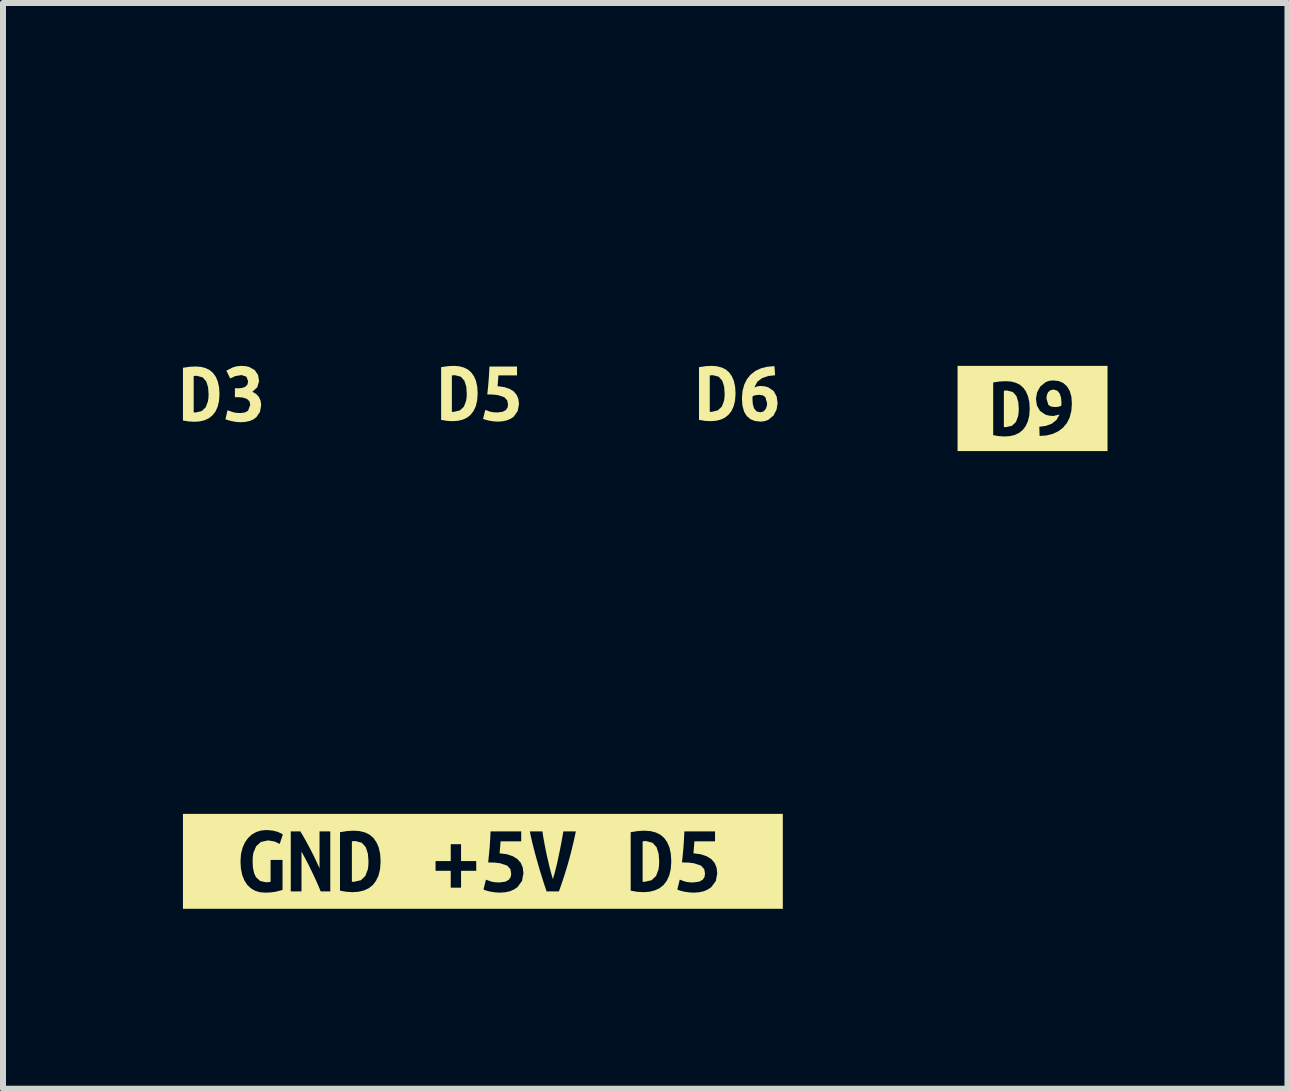
<source format=kicad_pcb>
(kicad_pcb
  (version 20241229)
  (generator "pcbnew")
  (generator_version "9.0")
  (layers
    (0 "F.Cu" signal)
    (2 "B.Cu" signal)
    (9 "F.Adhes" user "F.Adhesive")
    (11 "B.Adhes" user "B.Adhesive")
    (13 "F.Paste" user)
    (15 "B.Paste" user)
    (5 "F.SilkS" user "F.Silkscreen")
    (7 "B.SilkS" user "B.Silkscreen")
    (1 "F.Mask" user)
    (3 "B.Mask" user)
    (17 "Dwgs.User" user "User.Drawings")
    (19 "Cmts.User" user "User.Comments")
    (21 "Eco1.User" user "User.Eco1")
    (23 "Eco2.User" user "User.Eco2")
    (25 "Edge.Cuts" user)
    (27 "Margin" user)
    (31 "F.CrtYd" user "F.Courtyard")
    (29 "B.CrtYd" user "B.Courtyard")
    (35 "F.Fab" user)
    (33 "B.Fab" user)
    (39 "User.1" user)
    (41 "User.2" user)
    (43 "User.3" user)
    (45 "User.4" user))
  (footprint "kibuzzard-688B1C9E"
    (layer "F.Cu")
    (at 5 11.309)
    (property "Reference" "kibuzzard-688B1C9E" (at 0 -3.839 0) (layer "F.SilkS") (effects (font (size 0.001 0.001) (thickness 0.15))))
    (attr board_only exclude_from_pos_files exclude_from_bom)
    (fp_poly (pts (xy -2.184 0.339) (xy -2.166 0.341) (xy -2.148 0.341) (xy -2.034 0.315) (xy -1.96 0.244) (xy -1.919 0.137) (xy -1.91 0.071) (xy -1.907 0) (xy -1.917 -0.126) (xy -1.951 -0.234) (xy -2.017 -0.309) (xy -2.125 -0.338) (xy -2.154 -0.337) (xy -2.184 -0.333) (xy -2.184 0.339)) (stroke (width 0) (type solid)) (fill yes) (layer "F.SilkS"))
    (fp_poly (pts (xy 2.663 0.339) (xy 2.681 0.341) (xy 2.699 0.341) (xy 2.812 0.315) (xy 2.887 0.244) (xy 2.927 0.137) (xy 2.936 0.071) (xy 2.939 0) (xy 2.93 -0.126) (xy 2.896 -0.234) (xy 2.829 -0.309) (xy 2.721 -0.338) (xy 2.692 -0.337) (xy 2.663 -0.333) (xy 2.663 0.339)) (stroke (width 0) (type solid)) (fill yes) (layer "F.SilkS"))
    (fp_poly (pts (xy -5 -0.791) (xy -5 -0.791) (xy -5 0.791) (xy -5 0.791) (xy -3.633 0.791) (xy -3.633 0.522) (xy -3.722 0.514) (xy -3.801 0.489) (xy -3.871 0.447) (xy -3.93 0.39) (xy -3.977 0.317) (xy -4.012 0.227) (xy -4.034 0.121) (xy -4.041 0) (xy -4.033 -0.12) (xy -4.007 -0.225) (xy -3.967 -0.315) (xy -3.915 -0.389) (xy -3.852 -0.447) (xy -3.778 -0.489) (xy -3.696 -0.514) (xy -3.608 -0.522) (xy -3.504 -0.513) (xy -3.424 -0.493) (xy -3.369 -0.468) (xy -3.335 -0.449) (xy -3.387 -0.291) (xy -3.474 -0.331) (xy -3.581 -0.349) (xy -3.701 -0.323) (xy -3.78 -0.251) (xy -3.826 -0.141) (xy -3.836 -0.074) (xy -3.839 0) (xy -3.833 0.109) (xy -3.814 0.197) (xy -3.783 0.264) (xy -3.713 0.328) (xy -3.617 0.349) (xy -3.578 0.347) (xy -3.539 0.342) (xy -3.539 -0.023) (xy -3.34 -0.023) (xy -3.34 0.477) (xy -3.451 0.506) (xy -3.534 0.518) (xy -3.633 0.522) (xy -3.633 0.791) (xy -2.704 0.791) (xy -2.704 0.501) (xy -2.75 0.39) (xy -2.8 0.279) (xy -2.852 0.169) (xy -2.906 0.058) (xy -2.964 -0.052) (xy -3.024 -0.163) (xy -3.024 0.501) (xy -3.203 0.501) (xy -3.203 -0.499) (xy -3.043 -0.499) (xy -2.998 -0.425) (xy -2.953 -0.345) (xy -2.908 -0.262) (xy -2.864 -0.179) (xy -2.823 -0.098) (xy -2.785 -0.019) (xy -2.752 0.053) (xy -2.723 0.116) (xy -2.723 -0.499) (xy -2.544 -0.499) (xy -2.544 0.501) (xy -2.704 0.501) (xy -2.704 0.791) (xy -2.169 0.791) (xy -2.169 0.514) (xy -2.273 0.508) (xy -2.382 0.489) (xy -2.382 -0.486) (xy -2.255 -0.506) (xy -2.143 -0.511) (xy -2.049 -0.503) (xy -1.963 -0.481) (xy -1.888 -0.444) (xy -1.825 -0.39) (xy -1.775 -0.319) (xy -1.737 -0.232) (xy -1.713 -0.126) (xy -1.705 0) (xy -1.714 0.129) (xy -1.74 0.237) (xy -1.782 0.325) (xy -1.836 0.396) (xy -1.903 0.449) (xy -1.982 0.485) (xy -2.071 0.507) (xy -2.169 0.514) (xy -2.169 0.791) (xy -0.364 0.791) (xy -0.364 0.439) (xy -0.536 0.439) (xy -0.536 0.158) (xy -0.789 0.158) (xy -0.789 -0.005) (xy -0.536 -0.005) (xy -0.536 -0.286) (xy -0.364 -0.286) (xy -0.364 -0.005) (xy -0.111 -0.005) (xy -0.111 0.158) (xy -0.364 0.158) (xy -0.364 0.439) (xy -0.364 0.791) (xy 0.28 0.791) (xy 0.28 0.522) (xy 0.201 0.517) (xy 0.123 0.505) (xy 0.056 0.488) (xy 0.01 0.47) (xy 0.051 0.305) (xy 0.141 0.338) (xy 0.203 0.349) (xy 0.278 0.352) (xy 0.375 0.339) (xy 0.434 0.306) (xy 0.464 0.26) (xy 0.472 0.207) (xy 0.459 0.13) (xy 0.404 0.07) (xy 0.287 0.032) (xy 0.199 0.021) (xy 0.088 0.018) (xy 0.102 -0.117) (xy 0.114 -0.248) (xy 0.122 -0.376) (xy 0.128 -0.499) (xy 0.639 -0.499) (xy 0.639 -0.334) (xy 0.295 -0.334) (xy 0.287 -0.226) (xy 0.278 -0.134) (xy 0.401 -0.118) (xy 0.5 -0.085) (xy 0.577 -0.037) (xy 0.632 0.026) (xy 0.665 0.105) (xy 0.676 0.199) (xy 0.652 0.327) (xy 0.577 0.43) (xy 0.521 0.468) (xy 0.453 0.498) (xy 0.373 0.516) (xy 0.28 0.522) (xy 0.28 0.791) (xy 1.062 0.791) (xy 1.062 0.501) (xy 1.022 0.382) (xy 0.98 0.249) (xy 0.951 0.155) (xy 0.924 0.062) (xy 0.897 -0.032) (xy 0.872 -0.123) (xy 0.849 -0.211) (xy 0.828 -0.296) (xy 0.801 -0.409) (xy 0.783 -0.499) (xy 0.993 -0.499) (xy 1.005 -0.415) (xy 1.022 -0.319) (xy 1.042 -0.215) (xy 1.064 -0.107) (xy 1.089 0.001) (xy 1.114 0.107) (xy 1.141 0.208) (xy 1.167 0.297) (xy 1.193 0.209) (xy 1.219 0.109) (xy 1.244 0.002) (xy 1.267 -0.106) (xy 1.289 -0.213) (xy 1.309 -0.318) (xy 1.327 -0.415) (xy 1.341 -0.499) (xy 1.55 -0.499) (xy 1.528 -0.397) (xy 1.502 -0.283) (xy 1.472 -0.16) (xy 1.438 -0.032) (xy 1.413 0.057) (xy 1.386 0.146) (xy 1.358 0.237) (xy 1.328 0.327) (xy 1.298 0.415) (xy 1.267 0.501) (xy 1.062 0.501) (xy 1.062 0.791) (xy 2.678 0.791) (xy 2.678 0.514) (xy 2.573 0.508) (xy 2.464 0.489) (xy 2.464 -0.486) (xy 2.592 -0.506) (xy 2.703 -0.511) (xy 2.798 -0.503) (xy 2.883 -0.481) (xy 2.959 -0.444) (xy 3.022 -0.39) (xy 3.072 -0.319) (xy 3.11 -0.232) (xy 3.133 -0.126) (xy 3.141 0) (xy 3.132 0.129) (xy 3.106 0.237) (xy 3.065 0.325) (xy 3.01 0.396) (xy 2.943 0.449) (xy 2.864 0.485) (xy 2.775 0.507) (xy 2.678 0.514) (xy 2.678 0.791) (xy 3.511 0.791) (xy 3.511 0.522) (xy 3.432 0.517) (xy 3.354 0.505) (xy 3.287 0.488) (xy 3.241 0.47) (xy 3.282 0.305) (xy 3.372 0.338) (xy 3.434 0.349) (xy 3.509 0.352) (xy 3.606 0.339) (xy 3.665 0.306) (xy 3.695 0.26) (xy 3.703 0.207) (xy 3.69 0.13) (xy 3.635 0.07) (xy 3.518 0.032) (xy 3.43 0.021) (xy 3.319 0.018) (xy 3.333 -0.117) (xy 3.345 -0.248) (xy 3.353 -0.376) (xy 3.359 -0.499) (xy 3.87 -0.499) (xy 3.87 -0.334) (xy 3.526 -0.334) (xy 3.518 -0.226) (xy 3.509 -0.134) (xy 3.632 -0.118) (xy 3.731 -0.085) (xy 3.808 -0.037) (xy 3.863 0.026) (xy 3.896 0.105) (xy 3.907 0.199) (xy 3.883 0.327) (xy 3.808 0.43) (xy 3.752 0.468) (xy 3.684 0.498) (xy 3.604 0.516) (xy 3.511 0.522) (xy 3.511 0.791) (xy 4.865 0.791) (xy 5 0.791) (xy 5 -0.791) (xy 4.865 -0.791) (xy -5 -0.791)) (stroke (width 0) (type solid)) (fill yes) (layer "F.SilkS")))
  (footprint "kibuzzard-688B0CB0"
    (layer "F.Cu")
    (at 14.163 3.759)
    (property "Reference" "kibuzzard-688B0CB0" (at 0 -3.758 0) (layer "F.SilkS") (effects (font (size 0.001 0.001) (thickness 0.15))))
    (attr board_only exclude_from_pos_files exclude_from_bom)
    (fp_poly (pts (xy -0.478 0.31) (xy -0.462 0.312) (xy -0.446 0.312) (xy -0.343 0.289) (xy -0.276 0.225) (xy -0.24 0.128) (xy -0.232 0.069) (xy -0.229 0.005) (xy -0.238 -0.108) (xy -0.268 -0.206) (xy -0.328 -0.273) (xy -0.425 -0.299) (xy -0.451 -0.298) (xy -0.478 -0.294) (xy -0.478 0.31)) (stroke (width 0) (type solid)) (fill yes) (layer "F.SilkS"))
    (fp_poly (pts (xy 0.371 -0.023) (xy 0.43 -0.028) (xy 0.479 -0.044) (xy 0.481 -0.073) (xy 0.482 -0.105) (xy 0.475 -0.179) (xy 0.454 -0.246) (xy 0.413 -0.296) (xy 0.35 -0.315) (xy 0.295 -0.302) (xy 0.259 -0.27) (xy 0.238 -0.222) (xy 0.232 -0.164) (xy 0.264 -0.059) (xy 0.307 -0.032) (xy 0.371 -0.023)) (stroke (width 0) (type solid)) (fill yes) (layer "F.SilkS"))
    (fp_poly (pts (xy -1.25 -0.71) (xy -1.25 -0.71) (xy -1.25 0.71) (xy -1.25 0.71) (xy -0.465 0.71) (xy -0.465 0.467) (xy -0.558 0.462) (xy -0.656 0.446) (xy -0.656 -0.433) (xy -0.542 -0.45) (xy -0.441 -0.454) (xy -0.356 -0.448) (xy -0.279 -0.428) (xy -0.211 -0.395) (xy -0.155 -0.346) (xy -0.11 -0.282) (xy -0.076 -0.204) (xy -0.054 -0.108) (xy -0.047 0.005) (xy -0.055 0.121) (xy -0.079 0.218) (xy -0.116 0.298) (xy -0.165 0.361) (xy -0.226 0.409) (xy -0.297 0.442) (xy -0.377 0.461) (xy -0.465 0.467) (xy -0.465 0.71) (xy 0.118 0.71) (xy 0.118 0.459) (xy 0.113 0.305) (xy 0.223 0.291) (xy 0.321 0.254) (xy 0.399 0.192) (xy 0.45 0.101) (xy 0.348 0.126) (xy 0.276 0.12) (xy 0.214 0.103) (xy 0.124 0.041) (xy 0.073 -0.049) (xy 0.057 -0.161) (xy 0.076 -0.268) (xy 0.129 -0.366) (xy 0.219 -0.439) (xy 0.277 -0.46) (xy 0.345 -0.467) (xy 0.438 -0.456) (xy 0.515 -0.422) (xy 0.576 -0.366) (xy 0.621 -0.289) (xy 0.648 -0.194) (xy 0.656 -0.082) (xy 0.647 0.041) (xy 0.619 0.15) (xy 0.573 0.243) (xy 0.51 0.319) (xy 0.433 0.379) (xy 0.34 0.423) (xy 0.235 0.45) (xy 0.118 0.459) (xy 0.118 0.71) (xy 1.25 0.71) (xy 1.25 0.71) (xy 1.25 -0.71) (xy 1.25 -0.71) (xy -1.25 -0.71)) (stroke (width 0) (type solid)) (fill yes) (layer "F.SilkS")))
  (footprint "kibuzzard-688B0B86"
    (layer "F.Cu")
    (at 9.258 3.514)
    (property "Reference" "kibuzzard-688B0B86" (at 0 -3.513 0) (layer "F.SilkS") (effects (font (size 0.001 0.001) (thickness 0.15))))
    (attr board_only exclude_from_pos_files exclude_from_bom)
    (fp_poly (pts (xy -0.046 -0.005) (xy -0.054 0.111) (xy -0.077 0.208) (xy -0.114 0.288) (xy -0.164 0.351) (xy -0.224 0.399) (xy -0.295 0.432) (xy -0.375 0.451) (xy -0.46 0.457) (xy -0.46 0.302) (xy -0.444 0.302) (xy -0.342 0.278) (xy -0.275 0.214) (xy -0.238 0.118) (xy -0.23 0.059) (xy -0.228 -0.005) (xy -0.236 -0.118) (xy -0.267 -0.216) (xy -0.326 -0.284) (xy -0.424 -0.309) (xy -0.45 -0.308) (xy -0.476 -0.305) (xy -0.476 0.3) (xy -0.46 0.302) (xy -0.46 0.457) (xy -0.463 0.457) (xy -0.557 0.452) (xy -0.655 0.435) (xy -0.655 -0.443) (xy -0.54 -0.46) (xy -0.44 -0.465) (xy -0.355 -0.458) (xy -0.278 -0.438) (xy -0.21 -0.405) (xy -0.153 -0.356) (xy -0.108 -0.293) (xy -0.074 -0.214) (xy -0.053 -0.118) (xy -0.046 -0.005)) (stroke (width 0) (type solid)) (fill yes) (layer "F.SilkS"))
    (fp_poly (pts (xy 0.367 -0.13) (xy 0.44 -0.124) (xy 0.5 -0.107) (xy 0.59 -0.044) (xy 0.64 0.047) (xy 0.655 0.158) (xy 0.638 0.264) (xy 0.587 0.363) (xy 0.498 0.436) (xy 0.439 0.457) (xy 0.37 0.465) (xy 0.366 0.464) (xy 0.366 0.31) (xy 0.418 0.296) (xy 0.454 0.26) (xy 0.474 0.212) (xy 0.481 0.161) (xy 0.45 0.055) (xy 0.408 0.027) (xy 0.344 0.018) (xy 0.287 0.024) (xy 0.239 0.04) (xy 0.237 0.066) (xy 0.236 0.094) (xy 0.242 0.174) (xy 0.262 0.244) (xy 0.302 0.292) (xy 0.366 0.31) (xy 0.366 0.464) (xy 0.277 0.454) (xy 0.2 0.423) (xy 0.14 0.371) (xy 0.096 0.297) (xy 0.069 0.199) (xy 0.06 0.078) (xy 0.07 -0.045) (xy 0.099 -0.153) (xy 0.146 -0.246) (xy 0.209 -0.322) (xy 0.287 -0.382) (xy 0.38 -0.425) (xy 0.486 -0.451) (xy 0.603 -0.46) (xy 0.613 -0.308) (xy 0.499 -0.296) (xy 0.398 -0.262) (xy 0.317 -0.2) (xy 0.267 -0.105) (xy 0.321 -0.124) (xy 0.367 -0.13)) (stroke (width 0) (type solid)) (fill yes) (layer "F.SilkS")))
  (footprint "kibuzzard-688B0B80"
    (layer "F.Cu")
    (at 4.953 3.514)
    (property "Reference" "kibuzzard-688B0B80" (at 0 -3.513 0) (layer "F.SilkS") (effects (font (size 0.001 0.001) (thickness 0.15))))
    (attr board_only exclude_from_pos_files exclude_from_bom)
    (fp_poly (pts (xy -0.04 -0.005) (xy -0.048 0.111) (xy -0.071 0.208) (xy -0.109 0.288) (xy -0.158 0.351) (xy -0.218 0.399) (xy -0.289 0.432) (xy -0.369 0.451) (xy -0.454 0.457) (xy -0.454 0.302) (xy -0.438 0.302) (xy -0.336 0.278) (xy -0.269 0.214) (xy -0.233 0.118) (xy -0.224 0.059) (xy -0.222 -0.005) (xy -0.23 -0.118) (xy -0.261 -0.216) (xy -0.321 -0.284) (xy -0.418 -0.309) (xy -0.444 -0.308) (xy -0.47 -0.305) (xy -0.47 0.3) (xy -0.454 0.302) (xy -0.454 0.457) (xy -0.457 0.457) (xy -0.551 0.452) (xy -0.649 0.435) (xy -0.649 -0.443) (xy -0.534 -0.46) (xy -0.434 -0.465) (xy -0.349 -0.458) (xy -0.272 -0.438) (xy -0.204 -0.405) (xy -0.148 -0.356) (xy -0.102 -0.293) (xy -0.068 -0.214) (xy -0.047 -0.118) (xy -0.04 -0.005)) (stroke (width 0) (type solid)) (fill yes) (layer "F.SilkS"))
    (fp_poly (pts (xy 0.466 0.181) (xy 0.454 0.112) (xy 0.404 0.058) (xy 0.299 0.023) (xy 0.22 0.014) (xy 0.12 0.011) (xy 0.133 -0.11) (xy 0.143 -0.228) (xy 0.151 -0.343) (xy 0.156 -0.454) (xy 0.616 -0.454) (xy 0.616 -0.306) (xy 0.306 -0.306) (xy 0.299 -0.209) (xy 0.292 -0.126) (xy 0.402 -0.111) (xy 0.491 -0.082) (xy 0.561 -0.039) (xy 0.61 0.019) (xy 0.639 0.089) (xy 0.649 0.174) (xy 0.627 0.289) (xy 0.561 0.382) (xy 0.51 0.417) (xy 0.449 0.443) (xy 0.376 0.459) (xy 0.293 0.465) (xy 0.222 0.46) (xy 0.152 0.449) (xy 0.092 0.434) (xy 0.05 0.418) (xy 0.087 0.27) (xy 0.168 0.299) (xy 0.224 0.309) (xy 0.292 0.312) (xy 0.378 0.3) (xy 0.432 0.27) (xy 0.459 0.229) (xy 0.466 0.181)) (stroke (width 0) (type solid)) (fill yes) (layer "F.SilkS")))
  (footprint "kibuzzard-688B0B7B"
    (layer "F.Cu")
    (at 0.652 3.519)
    (property "Reference" "kibuzzard-688B0B7B" (at 0 -3.518 0) (layer "F.SilkS") (effects (font (size 0.001 0.001) (thickness 0.15))))
    (attr board_only exclude_from_pos_files exclude_from_bom)
    (fp_poly (pts (xy -0.043 0) (xy -0.051 0.116) (xy -0.074 0.213) (xy -0.111 0.293) (xy -0.161 0.356) (xy -0.221 0.404) (xy -0.292 0.437) (xy -0.372 0.456) (xy -0.457 0.462) (xy -0.457 0.307) (xy -0.441 0.307) (xy -0.339 0.284) (xy -0.272 0.22) (xy -0.236 0.123) (xy -0.227 0.064) (xy -0.225 0) (xy -0.233 -0.113) (xy -0.264 -0.211) (xy -0.324 -0.278) (xy -0.421 -0.304) (xy -0.447 -0.303) (xy -0.473 -0.3) (xy -0.473 0.305) (xy -0.457 0.307) (xy -0.457 0.462) (xy -0.46 0.462) (xy -0.554 0.457) (xy -0.652 0.441) (xy -0.652 -0.438) (xy -0.537 -0.455) (xy -0.437 -0.459) (xy -0.352 -0.453) (xy -0.275 -0.433) (xy -0.207 -0.4) (xy -0.15 -0.351) (xy -0.105 -0.288) (xy -0.071 -0.209) (xy -0.05 -0.113) (xy -0.043 0)) (stroke (width 0) (type solid)) (fill yes) (layer "F.SilkS"))
    (fp_poly (pts (xy 0.306 0.47) (xy 0.236 0.465) (xy 0.164 0.452) (xy 0.101 0.436) (xy 0.056 0.42) (xy 0.091 0.27) (xy 0.177 0.301) (xy 0.236 0.313) (xy 0.305 0.317) (xy 0.383 0.307) (xy 0.433 0.278) (xy 0.47 0.18) (xy 0.456 0.12) (xy 0.414 0.081) (xy 0.349 0.059) (xy 0.27 0.052) (xy 0.214 0.052) (xy 0.214 -0.096) (xy 0.281 -0.096) (xy 0.337 -0.102) (xy 0.386 -0.121) (xy 0.422 -0.156) (xy 0.435 -0.211) (xy 0.406 -0.289) (xy 0.324 -0.317) (xy 0.222 -0.3) (xy 0.136 -0.259) (xy 0.072 -0.39) (xy 0.176 -0.443) (xy 0.245 -0.463) (xy 0.322 -0.47) (xy 0.393 -0.465) (xy 0.454 -0.451) (xy 0.546 -0.398) (xy 0.6 -0.317) (xy 0.617 -0.217) (xy 0.587 -0.113) (xy 0.505 -0.038) (xy 0.567 -0.002) (xy 0.614 0.048) (xy 0.642 0.11) (xy 0.652 0.183) (xy 0.632 0.298) (xy 0.569 0.389) (xy 0.521 0.423) (xy 0.462 0.449) (xy 0.39 0.464) (xy 0.306 0.47)) (stroke (width 0) (type solid)) (fill yes) (layer "F.SilkS")))
  (gr_rect
    (start -3 -3)
    (end 18.413 15.1)
    (stroke (width 0.1) (type default))
    (fill no)
    (layer "Edge.Cuts")))
</source>
